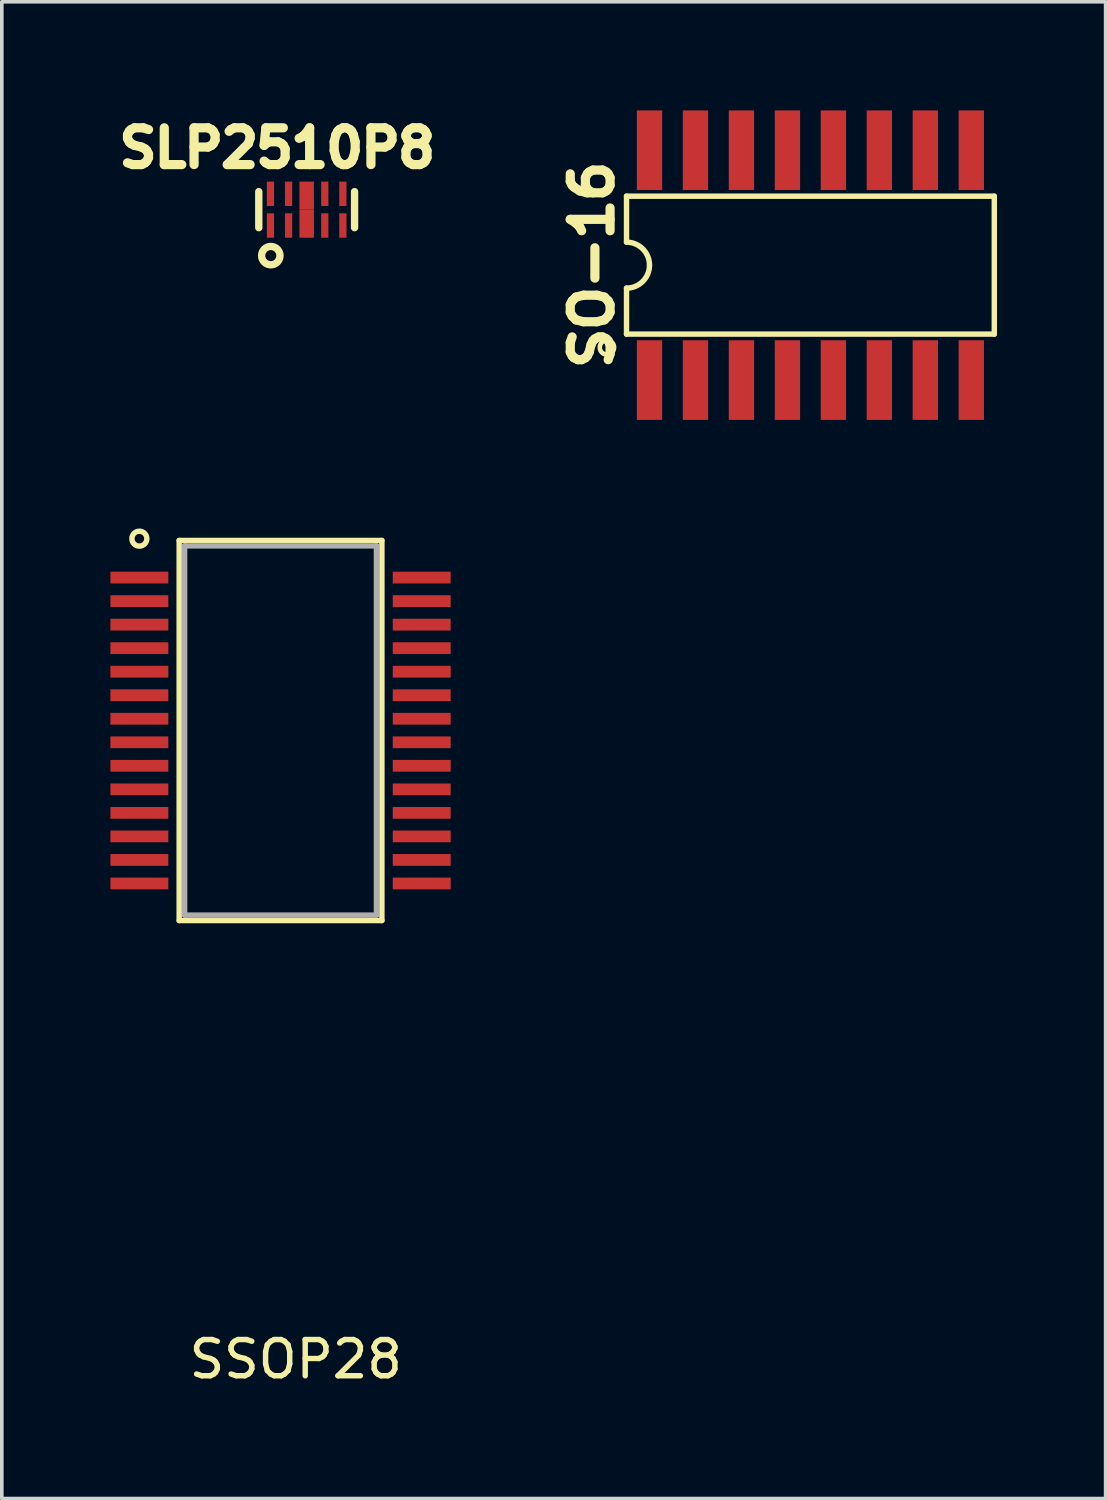
<source format=kicad_pcb>
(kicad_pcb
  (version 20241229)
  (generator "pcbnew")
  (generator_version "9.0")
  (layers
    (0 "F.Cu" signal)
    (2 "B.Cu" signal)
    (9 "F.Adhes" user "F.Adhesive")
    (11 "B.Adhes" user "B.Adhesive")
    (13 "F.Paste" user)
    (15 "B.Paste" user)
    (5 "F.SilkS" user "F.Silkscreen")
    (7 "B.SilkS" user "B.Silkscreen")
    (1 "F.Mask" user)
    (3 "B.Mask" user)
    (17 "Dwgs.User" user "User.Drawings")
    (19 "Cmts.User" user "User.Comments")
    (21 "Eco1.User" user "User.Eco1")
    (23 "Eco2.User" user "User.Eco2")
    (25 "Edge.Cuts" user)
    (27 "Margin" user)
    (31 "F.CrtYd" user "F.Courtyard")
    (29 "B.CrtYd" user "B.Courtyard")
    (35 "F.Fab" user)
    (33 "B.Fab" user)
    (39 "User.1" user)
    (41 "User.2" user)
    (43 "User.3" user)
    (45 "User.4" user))
  (footprint "SSOP28"
    (layer "F.Cu")
    (at 4.7 17.131)
    (property "Reference" "SSOP28" (at 0.42 17.37 0) (layer "F.SilkS") (effects (font (size 1 1) (thickness 0.15))))
    (attr smd)
    (fp_line (start -2.8 -5.25) (end 2.8 -5.25) (stroke (width 0.15) (type solid)) (layer "F.SilkS"))
    (fp_line (start -2.8 5.25) (end -2.8 -5.25) (stroke (width 0.15) (type solid)) (layer "F.SilkS"))
    (fp_line (start 2.8 -5.25) (end 2.8 5.25) (stroke (width 0.15) (type solid)) (layer "F.SilkS"))
    (fp_line (start 2.8 5.25) (end -2.8 5.25) (stroke (width 0.15) (type solid)) (layer "F.SilkS"))
    (fp_circle (center -3.9 -5.3) (end -3.7 -5.25) (stroke (width 0.15) (type solid)) (fill no) (layer "F.SilkS"))
    (fp_line (start -2.65 -5.1) (end -2.65 5.1) (stroke (width 0.15) (type solid)) (layer "F.Fab"))
    (fp_line (start -2.65 5.1) (end 2.65 5.1) (stroke (width 0.15) (type solid)) (layer "F.Fab"))
    (fp_line (start 2.65 -5.1) (end -2.65 -5.1) (stroke (width 0.15) (type solid)) (layer "F.Fab"))
    (fp_line (start 2.65 5.1) (end 2.65 -5.1) (stroke (width 0.15) (type solid)) (layer "F.Fab"))
    (pad "1" smd rect (at -3.9 -4.225) (size 1.6 0.325) (layers "F.Cu" "F.Mask" "F.Paste"))
    (pad "2" smd rect (at -3.9 -3.575) (size 1.6 0.325) (layers "F.Cu" "F.Mask" "F.Paste"))
    (pad "3" smd rect (at -3.9 -2.925) (size 1.6 0.325) (layers "F.Cu" "F.Mask" "F.Paste"))
    (pad "4" smd rect (at -3.9 -2.275) (size 1.6 0.325) (layers "F.Cu" "F.Mask" "F.Paste"))
    (pad "5" smd rect (at -3.9 -1.625) (size 1.6 0.325) (layers "F.Cu" "F.Mask" "F.Paste"))
    (pad "6" smd rect (at -3.9 -0.975) (size 1.6 0.325) (layers "F.Cu" "F.Mask" "F.Paste"))
    (pad "7" smd rect (at -3.9 -0.325) (size 1.6 0.325) (layers "F.Cu" "F.Mask" "F.Paste"))
    (pad "8" smd rect (at -3.9 0.325) (size 1.6 0.325) (layers "F.Cu" "F.Mask" "F.Paste"))
    (pad "9" smd rect (at -3.9 0.975) (size 1.6 0.325) (layers "F.Cu" "F.Mask" "F.Paste"))
    (pad "10" smd rect (at -3.9 1.625) (size 1.6 0.325) (layers "F.Cu" "F.Mask" "F.Paste"))
    (pad "11" smd rect (at -3.9 2.275) (size 1.6 0.325) (layers "F.Cu" "F.Mask" "F.Paste"))
    (pad "12" smd rect (at -3.9 2.925) (size 1.6 0.325) (layers "F.Cu" "F.Mask" "F.Paste"))
    (pad "13" smd rect (at -3.9 3.575) (size 1.6 0.325) (layers "F.Cu" "F.Mask" "F.Paste"))
    (pad "14" smd rect (at -3.9 4.225) (size 1.6 0.325) (layers "F.Cu" "F.Mask" "F.Paste"))
    (pad "15" smd rect (at 3.9 4.225) (size 1.6 0.325) (layers "F.Cu" "F.Mask" "F.Paste"))
    (pad "16" smd rect (at 3.9 3.575) (size 1.6 0.325) (layers "F.Cu" "F.Mask" "F.Paste"))
    (pad "17" smd rect (at 3.9 2.925) (size 1.6 0.325) (layers "F.Cu" "F.Mask" "F.Paste"))
    (pad "18" smd rect (at 3.9 2.275) (size 1.6 0.325) (layers "F.Cu" "F.Mask" "F.Paste"))
    (pad "19" smd rect (at 3.9 1.625) (size 1.6 0.325) (layers "F.Cu" "F.Mask" "F.Paste"))
    (pad "20" smd rect (at 3.9 0.975) (size 1.6 0.325) (layers "F.Cu" "F.Mask" "F.Paste"))
    (pad "21" smd rect (at 3.9 0.325) (size 1.6 0.325) (layers "F.Cu" "F.Mask" "F.Paste"))
    (pad "22" smd rect (at 3.9 -0.325) (size 1.6 0.325) (layers "F.Cu" "F.Mask" "F.Paste"))
    (pad "23" smd rect (at 3.9 -0.975) (size 1.6 0.325) (layers "F.Cu" "F.Mask" "F.Paste"))
    (pad "24" smd rect (at 3.9 -1.625) (size 1.6 0.325) (layers "F.Cu" "F.Mask" "F.Paste"))
    (pad "25" smd rect (at 3.9 -2.275) (size 1.6 0.325) (layers "F.Cu" "F.Mask" "F.Paste"))
    (pad "26" smd rect (at 3.9 -2.925) (size 1.6 0.325) (layers "F.Cu" "F.Mask" "F.Paste"))
    (pad "27" smd rect (at 3.9 -3.575) (size 1.6 0.325) (layers "F.Cu" "F.Mask" "F.Paste"))
    (pad "28" smd rect (at 3.9 -4.225) (size 1.6 0.325) (layers "F.Cu" "F.Mask" "F.Paste")))
  (footprint "SLP2510P8"
    (layer "F.Cu")
    (at 5.422 2.742)
    (property "Reference" "SLP2510P8" (at -0.813 -1.702 0) (layer "F.SilkS") (effects (font (size 1.016 1.016) (thickness 0.254))))
    (attr smd)
    (fp_line (start -1.323 0.498) (end -1.323 -0.498) (stroke (width 0.203) (type solid)) (layer "F.SilkS"))
    (fp_line (start 1.323 0.498) (end 1.323 -0.498) (stroke (width 0.203) (type solid)) (layer "F.SilkS"))
    (fp_circle (center -0.991 1.27) (end -0.737 1.27) (stroke (width 0.203) (type solid)) (fill no) (layer "F.SilkS"))
    (pad "1" smd rect (at -1 0.438) (size 0.2 0.675) (layers "F.Cu" "F.Mask" "F.Paste"))
    (pad "2" smd rect (at -0.5 0.438) (size 0.2 0.675) (layers "F.Cu" "F.Mask" "F.Paste"))
    (pad "3" smd rect (at 0 0.388) (size 0.4 0.775) (layers "F.Cu" "F.Mask" "F.Paste"))
    (pad "4" smd rect (at 0.5 0.438) (size 0.2 0.675) (layers "F.Cu" "F.Mask" "F.Paste"))
    (pad "5" smd rect (at 1 0.438) (size 0.2 0.675) (layers "F.Cu" "F.Mask" "F.Paste"))
    (pad "6" smd rect (at 1 -0.438) (size 0.2 0.675) (layers "F.Cu" "F.Mask" "F.Paste"))
    (pad "7" smd rect (at 0.5 -0.438) (size 0.2 0.675) (layers "F.Cu" "F.Mask" "F.Paste"))
    (pad "8" smd rect (at 0 -0.388) (size 0.4 0.775) (layers "F.Cu" "F.Mask" "F.Paste"))
    (pad "9" smd rect (at -0.5 -0.438) (size 0.2 0.675) (layers "F.Cu" "F.Mask" "F.Paste"))
    (pad "10" smd rect (at -1 -0.438) (size 0.2 0.675) (layers "F.Cu" "F.Mask" "F.Paste")))
  (footprint "SO-16"
    (layer "F.Cu")
    (at 19.338 4.275)
    (property "Reference" "SO-16" (at -6.03 -0.008 90) (layer "F.SilkS") (effects (font (size 1.1 1.1) (thickness 0.254))))
    (attr smd)
    (fp_line (start -5.08 -1.905) (end 5.08 -1.905) (stroke (width 0.15) (type solid)) (layer "F.SilkS"))
    (fp_line (start -5.08 -0.635) (end -5.08 -1.905) (stroke (width 0.15) (type solid)) (layer "F.SilkS"))
    (fp_line (start -5.08 1.905) (end -5.08 0.635) (stroke (width 0.15) (type solid)) (layer "F.SilkS"))
    (fp_line (start 5.08 -1.905) (end 5.08 1.905) (stroke (width 0.15) (type solid)) (layer "F.SilkS"))
    (fp_line (start 5.08 1.905) (end -5.08 1.905) (stroke (width 0.15) (type solid)) (layer "F.SilkS"))
    (fp_arc (start -5.08 -0.635) (mid -4.630987 -0.449013) (end -4.445 0) (stroke (width 0.15) (type solid)) (layer "F.SilkS"))
    (fp_arc (start -4.445 0) (mid -4.630987 0.449013) (end -5.08 0.635) (stroke (width 0.15) (type solid)) (layer "F.SilkS"))
    (fp_circle (center -5.621 2.273) (end -5.761 2.413) (stroke (width 0.127) (type solid)) (fill no) (layer "F.SilkS"))
    (pad "1" smd rect (at -4.445 3.175) (size 0.7 2.2) (layers "F.Cu" "F.Mask" "F.Paste"))
    (pad "2" smd rect (at -3.175 3.175) (size 0.7 2.2) (layers "F.Cu" "F.Mask" "F.Paste"))
    (pad "3" smd rect (at -1.905 3.175) (size 0.7 2.2) (layers "F.Cu" "F.Mask" "F.Paste"))
    (pad "4" smd rect (at -0.635 3.175) (size 0.7 2.2) (layers "F.Cu" "F.Mask" "F.Paste"))
    (pad "5" smd rect (at 0.635 3.175) (size 0.7 2.2) (layers "F.Cu" "F.Mask" "F.Paste"))
    (pad "6" smd rect (at 1.905 3.175) (size 0.7 2.2) (layers "F.Cu" "F.Mask" "F.Paste"))
    (pad "7" smd rect (at 3.175 3.175) (size 0.7 2.2) (layers "F.Cu" "F.Mask" "F.Paste"))
    (pad "8" smd rect (at 4.445 3.175) (size 0.7 2.2) (layers "F.Cu" "F.Mask" "F.Paste"))
    (pad "9" smd rect (at 4.445 -3.175) (size 0.7 2.2) (layers "F.Cu" "F.Mask" "F.Paste"))
    (pad "10" smd rect (at 3.175 -3.175) (size 0.7 2.2) (layers "F.Cu" "F.Mask" "F.Paste"))
    (pad "11" smd rect (at 1.905 -3.175) (size 0.7 2.2) (layers "F.Cu" "F.Mask" "F.Paste"))
    (pad "12" smd rect (at 0.635 -3.175) (size 0.7 2.2) (layers "F.Cu" "F.Mask" "F.Paste"))
    (pad "13" smd rect (at -0.635 -3.175) (size 0.7 2.2) (layers "F.Cu" "F.Mask" "F.Paste"))
    (pad "14" smd rect (at -1.905 -3.175) (size 0.7 2.2) (layers "F.Cu" "F.Mask" "F.Paste"))
    (pad "15" smd rect (at -3.175 -3.175) (size 0.7 2.2) (layers "F.Cu" "F.Mask" "F.Paste"))
    (pad "16" smd rect (at -4.445 -3.175) (size 0.7 2.2) (layers "F.Cu" "F.Mask" "F.Paste")))
  (gr_rect
    (start -3 -3)
    (end 27.493 38.349)
    (stroke (width 0.1) (type default))
    (fill no)
    (layer "Edge.Cuts")))
</source>
